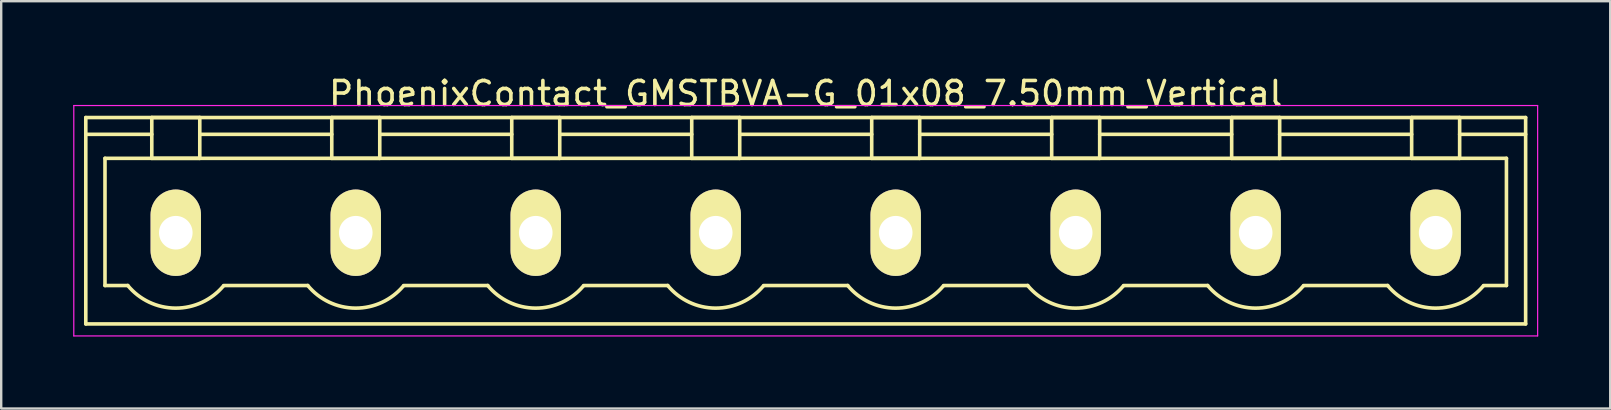
<source format=kicad_pcb>
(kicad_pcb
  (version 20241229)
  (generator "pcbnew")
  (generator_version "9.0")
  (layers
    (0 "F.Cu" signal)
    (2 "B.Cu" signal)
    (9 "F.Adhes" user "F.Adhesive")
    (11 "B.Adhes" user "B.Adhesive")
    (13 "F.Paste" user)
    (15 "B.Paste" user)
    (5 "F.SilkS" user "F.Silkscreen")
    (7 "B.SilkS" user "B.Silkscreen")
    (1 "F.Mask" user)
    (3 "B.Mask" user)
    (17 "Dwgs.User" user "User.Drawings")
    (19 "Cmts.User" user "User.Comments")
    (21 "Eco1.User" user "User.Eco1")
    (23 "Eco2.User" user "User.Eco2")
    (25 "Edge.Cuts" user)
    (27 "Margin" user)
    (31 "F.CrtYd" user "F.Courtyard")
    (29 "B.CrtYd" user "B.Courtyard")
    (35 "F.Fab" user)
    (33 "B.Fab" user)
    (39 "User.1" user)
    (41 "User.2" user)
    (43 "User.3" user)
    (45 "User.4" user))
  (footprint "PhoenixContact_GMSTBVA-G_01x08_7.50mm_Vertical"
    (layer "F.Cu")
    (at 4.275 6.648)
    (property "Reference" "PhoenixContact_GMSTBVA-G_01x08_7.50mm_Vertical" (at 26.25 -5.8 0) (layer "F.SilkS") (effects (font (size 1 1) (thickness 0.15))))
    (attr through_hole)
    (fp_line (start -3.75 -4.8) (end -3.75 3.8) (stroke (width 0.15) (type solid)) (layer "F.SilkS"))
    (fp_line (start -3.75 -4.1) (end -1 -4.1) (stroke (width 0.15) (type solid)) (layer "F.SilkS"))
    (fp_line (start -3.75 3.8) (end 56.25 3.8) (stroke (width 0.15) (type solid)) (layer "F.SilkS"))
    (fp_line (start -2.95 -3.1) (end 55.45 -3.1) (stroke (width 0.15) (type solid)) (layer "F.SilkS"))
    (fp_line (start -2.95 2.2) (end -2.95 -3.1) (stroke (width 0.15) (type solid)) (layer "F.SilkS"))
    (fp_line (start -2 2.2) (end -2.95 2.2) (stroke (width 0.15) (type solid)) (layer "F.SilkS"))
    (fp_line (start -1 -4.8) (end 1 -4.8) (stroke (width 0.15) (type solid)) (layer "F.SilkS"))
    (fp_line (start -1 -3.1) (end -1 -4.8) (stroke (width 0.15) (type solid)) (layer "F.SilkS"))
    (fp_line (start 1 -4.8) (end 1 -3.1) (stroke (width 0.15) (type solid)) (layer "F.SilkS"))
    (fp_line (start 1 -4.1) (end 6.5 -4.1) (stroke (width 0.15) (type solid)) (layer "F.SilkS"))
    (fp_line (start 1 -3.1) (end -1 -3.1) (stroke (width 0.15) (type solid)) (layer "F.SilkS"))
    (fp_line (start 2 2.2) (end 5.5 2.2) (stroke (width 0.15) (type solid)) (layer "F.SilkS"))
    (fp_line (start 6.5 -4.8) (end 8.5 -4.8) (stroke (width 0.15) (type solid)) (layer "F.SilkS"))
    (fp_line (start 6.5 -3.1) (end 6.5 -4.8) (stroke (width 0.15) (type solid)) (layer "F.SilkS"))
    (fp_line (start 8.5 -4.8) (end 8.5 -3.1) (stroke (width 0.15) (type solid)) (layer "F.SilkS"))
    (fp_line (start 8.5 -4.1) (end 14 -4.1) (stroke (width 0.15) (type solid)) (layer "F.SilkS"))
    (fp_line (start 8.5 -3.1) (end 6.5 -3.1) (stroke (width 0.15) (type solid)) (layer "F.SilkS"))
    (fp_line (start 9.5 2.2) (end 13 2.2) (stroke (width 0.15) (type solid)) (layer "F.SilkS"))
    (fp_line (start 14 -4.8) (end 16 -4.8) (stroke (width 0.15) (type solid)) (layer "F.SilkS"))
    (fp_line (start 14 -3.1) (end 14 -4.8) (stroke (width 0.15) (type solid)) (layer "F.SilkS"))
    (fp_line (start 16 -4.8) (end 16 -3.1) (stroke (width 0.15) (type solid)) (layer "F.SilkS"))
    (fp_line (start 16 -4.1) (end 21.5 -4.1) (stroke (width 0.15) (type solid)) (layer "F.SilkS"))
    (fp_line (start 16 -3.1) (end 14 -3.1) (stroke (width 0.15) (type solid)) (layer "F.SilkS"))
    (fp_line (start 17 2.2) (end 20.5 2.2) (stroke (width 0.15) (type solid)) (layer "F.SilkS"))
    (fp_line (start 21.5 -4.8) (end 23.5 -4.8) (stroke (width 0.15) (type solid)) (layer "F.SilkS"))
    (fp_line (start 21.5 -3.1) (end 21.5 -4.8) (stroke (width 0.15) (type solid)) (layer "F.SilkS"))
    (fp_line (start 23.5 -4.8) (end 23.5 -3.1) (stroke (width 0.15) (type solid)) (layer "F.SilkS"))
    (fp_line (start 23.5 -4.1) (end 29 -4.1) (stroke (width 0.15) (type solid)) (layer "F.SilkS"))
    (fp_line (start 23.5 -3.1) (end 21.5 -3.1) (stroke (width 0.15) (type solid)) (layer "F.SilkS"))
    (fp_line (start 24.5 2.2) (end 28 2.2) (stroke (width 0.15) (type solid)) (layer "F.SilkS"))
    (fp_line (start 29 -4.8) (end 31 -4.8) (stroke (width 0.15) (type solid)) (layer "F.SilkS"))
    (fp_line (start 29 -3.1) (end 29 -4.8) (stroke (width 0.15) (type solid)) (layer "F.SilkS"))
    (fp_line (start 31 -4.8) (end 31 -3.1) (stroke (width 0.15) (type solid)) (layer "F.SilkS"))
    (fp_line (start 31 -4.1) (end 36.5 -4.1) (stroke (width 0.15) (type solid)) (layer "F.SilkS"))
    (fp_line (start 31 -3.1) (end 29 -3.1) (stroke (width 0.15) (type solid)) (layer "F.SilkS"))
    (fp_line (start 32 2.2) (end 35.5 2.2) (stroke (width 0.15) (type solid)) (layer "F.SilkS"))
    (fp_line (start 36.5 -4.8) (end 38.5 -4.8) (stroke (width 0.15) (type solid)) (layer "F.SilkS"))
    (fp_line (start 36.5 -3.1) (end 36.5 -4.8) (stroke (width 0.15) (type solid)) (layer "F.SilkS"))
    (fp_line (start 38.5 -4.8) (end 38.5 -3.1) (stroke (width 0.15) (type solid)) (layer "F.SilkS"))
    (fp_line (start 38.5 -4.1) (end 44 -4.1) (stroke (width 0.15) (type solid)) (layer "F.SilkS"))
    (fp_line (start 38.5 -3.1) (end 36.5 -3.1) (stroke (width 0.15) (type solid)) (layer "F.SilkS"))
    (fp_line (start 39.5 2.2) (end 43 2.2) (stroke (width 0.15) (type solid)) (layer "F.SilkS"))
    (fp_line (start 44 -4.8) (end 46 -4.8) (stroke (width 0.15) (type solid)) (layer "F.SilkS"))
    (fp_line (start 44 -3.1) (end 44 -4.8) (stroke (width 0.15) (type solid)) (layer "F.SilkS"))
    (fp_line (start 46 -4.8) (end 46 -3.1) (stroke (width 0.15) (type solid)) (layer "F.SilkS"))
    (fp_line (start 46 -4.1) (end 51.5 -4.1) (stroke (width 0.15) (type solid)) (layer "F.SilkS"))
    (fp_line (start 46 -3.1) (end 44 -3.1) (stroke (width 0.15) (type solid)) (layer "F.SilkS"))
    (fp_line (start 47 2.2) (end 50.5 2.2) (stroke (width 0.15) (type solid)) (layer "F.SilkS"))
    (fp_line (start 51.5 -4.8) (end 53.5 -4.8) (stroke (width 0.15) (type solid)) (layer "F.SilkS"))
    (fp_line (start 51.5 -3.1) (end 51.5 -4.8) (stroke (width 0.15) (type solid)) (layer "F.SilkS"))
    (fp_line (start 53.5 -4.8) (end 53.5 -3.1) (stroke (width 0.15) (type solid)) (layer "F.SilkS"))
    (fp_line (start 53.5 -3.1) (end 51.5 -3.1) (stroke (width 0.15) (type solid)) (layer "F.SilkS"))
    (fp_line (start 55.45 -3.1) (end 55.45 2.2) (stroke (width 0.15) (type solid)) (layer "F.SilkS"))
    (fp_line (start 55.45 2.2) (end 54.5 2.2) (stroke (width 0.15) (type solid)) (layer "F.SilkS"))
    (fp_line (start 56.25 -4.8) (end -3.75 -4.8) (stroke (width 0.15) (type solid)) (layer "F.SilkS"))
    (fp_line (start 56.25 -4.1) (end 53.5 -4.1) (stroke (width 0.15) (type solid)) (layer "F.SilkS"))
    (fp_line (start 56.25 3.8) (end 56.25 -4.8) (stroke (width 0.15) (type solid)) (layer "F.SilkS"))
    (fp_arc (start 1.986842 2.215821) (mid -0.010289 3.142758) (end -2 2.2) (stroke (width 0.15) (type solid)) (layer "F.SilkS"))
    (fp_arc (start 9.486842 2.215821) (mid 7.489711 3.142758) (end 5.5 2.2) (stroke (width 0.15) (type solid)) (layer "F.SilkS"))
    (fp_arc (start 16.986842 2.215821) (mid 14.989711 3.142758) (end 13 2.2) (stroke (width 0.15) (type solid)) (layer "F.SilkS"))
    (fp_arc (start 24.486842 2.215821) (mid 22.489711 3.142758) (end 20.5 2.2) (stroke (width 0.15) (type solid)) (layer "F.SilkS"))
    (fp_arc (start 31.986842 2.215821) (mid 29.989711 3.142758) (end 28 2.2) (stroke (width 0.15) (type solid)) (layer "F.SilkS"))
    (fp_arc (start 39.486842 2.215821) (mid 37.489711 3.142758) (end 35.5 2.2) (stroke (width 0.15) (type solid)) (layer "F.SilkS"))
    (fp_arc (start 46.986842 2.215821) (mid 44.989711 3.142758) (end 43 2.2) (stroke (width 0.15) (type solid)) (layer "F.SilkS"))
    (fp_arc (start 54.486842 2.215821) (mid 52.489711 3.142758) (end 50.5 2.2) (stroke (width 0.15) (type solid)) (layer "F.SilkS"))
    (fp_line (start -4.25 -5.3) (end -4.25 4.3) (stroke (width 0.05) (type solid)) (layer "F.CrtYd"))
    (fp_line (start -4.25 4.3) (end 56.75 4.3) (stroke (width 0.05) (type solid)) (layer "F.CrtYd"))
    (fp_line (start 56.75 -5.3) (end -4.25 -5.3) (stroke (width 0.05) (type solid)) (layer "F.CrtYd"))
    (fp_line (start 56.75 4.3) (end 56.75 -5.3) (stroke (width 0.05) (type solid)) (layer "F.CrtYd"))
    (pad "1" thru_hole oval (at 0 0) (size 2.1 3.6) (drill 1.4) (layers "*.Cu" "*.Mask" "F.SilkS"))
    (pad "2" thru_hole oval (at 7.5 0) (size 2.1 3.6) (drill 1.4) (layers "*.Cu" "*.Mask" "F.SilkS"))
    (pad "3" thru_hole oval (at 15 0) (size 2.1 3.6) (drill 1.4) (layers "*.Cu" "*.Mask" "F.SilkS"))
    (pad "4" thru_hole oval (at 22.5 0) (size 2.1 3.6) (drill 1.4) (layers "*.Cu" "*.Mask" "F.SilkS"))
    (pad "5" thru_hole oval (at 30 0) (size 2.1 3.6) (drill 1.4) (layers "*.Cu" "*.Mask" "F.SilkS"))
    (pad "6" thru_hole oval (at 37.5 0) (size 2.1 3.6) (drill 1.4) (layers "*.Cu" "*.Mask" "F.SilkS"))
    (pad "7" thru_hole oval (at 45 0) (size 2.1 3.6) (drill 1.4) (layers "*.Cu" "*.Mask" "F.SilkS"))
    (pad "8" thru_hole oval (at 52.5 0) (size 2.1 3.6) (drill 1.4) (layers "*.Cu" "*.Mask" "F.SilkS")))
  (gr_rect
    (start -3 -3)
    (end 64.05 13.973)
    (stroke (width 0.1) (type default))
    (fill no)
    (layer "Edge.Cuts")))
</source>
